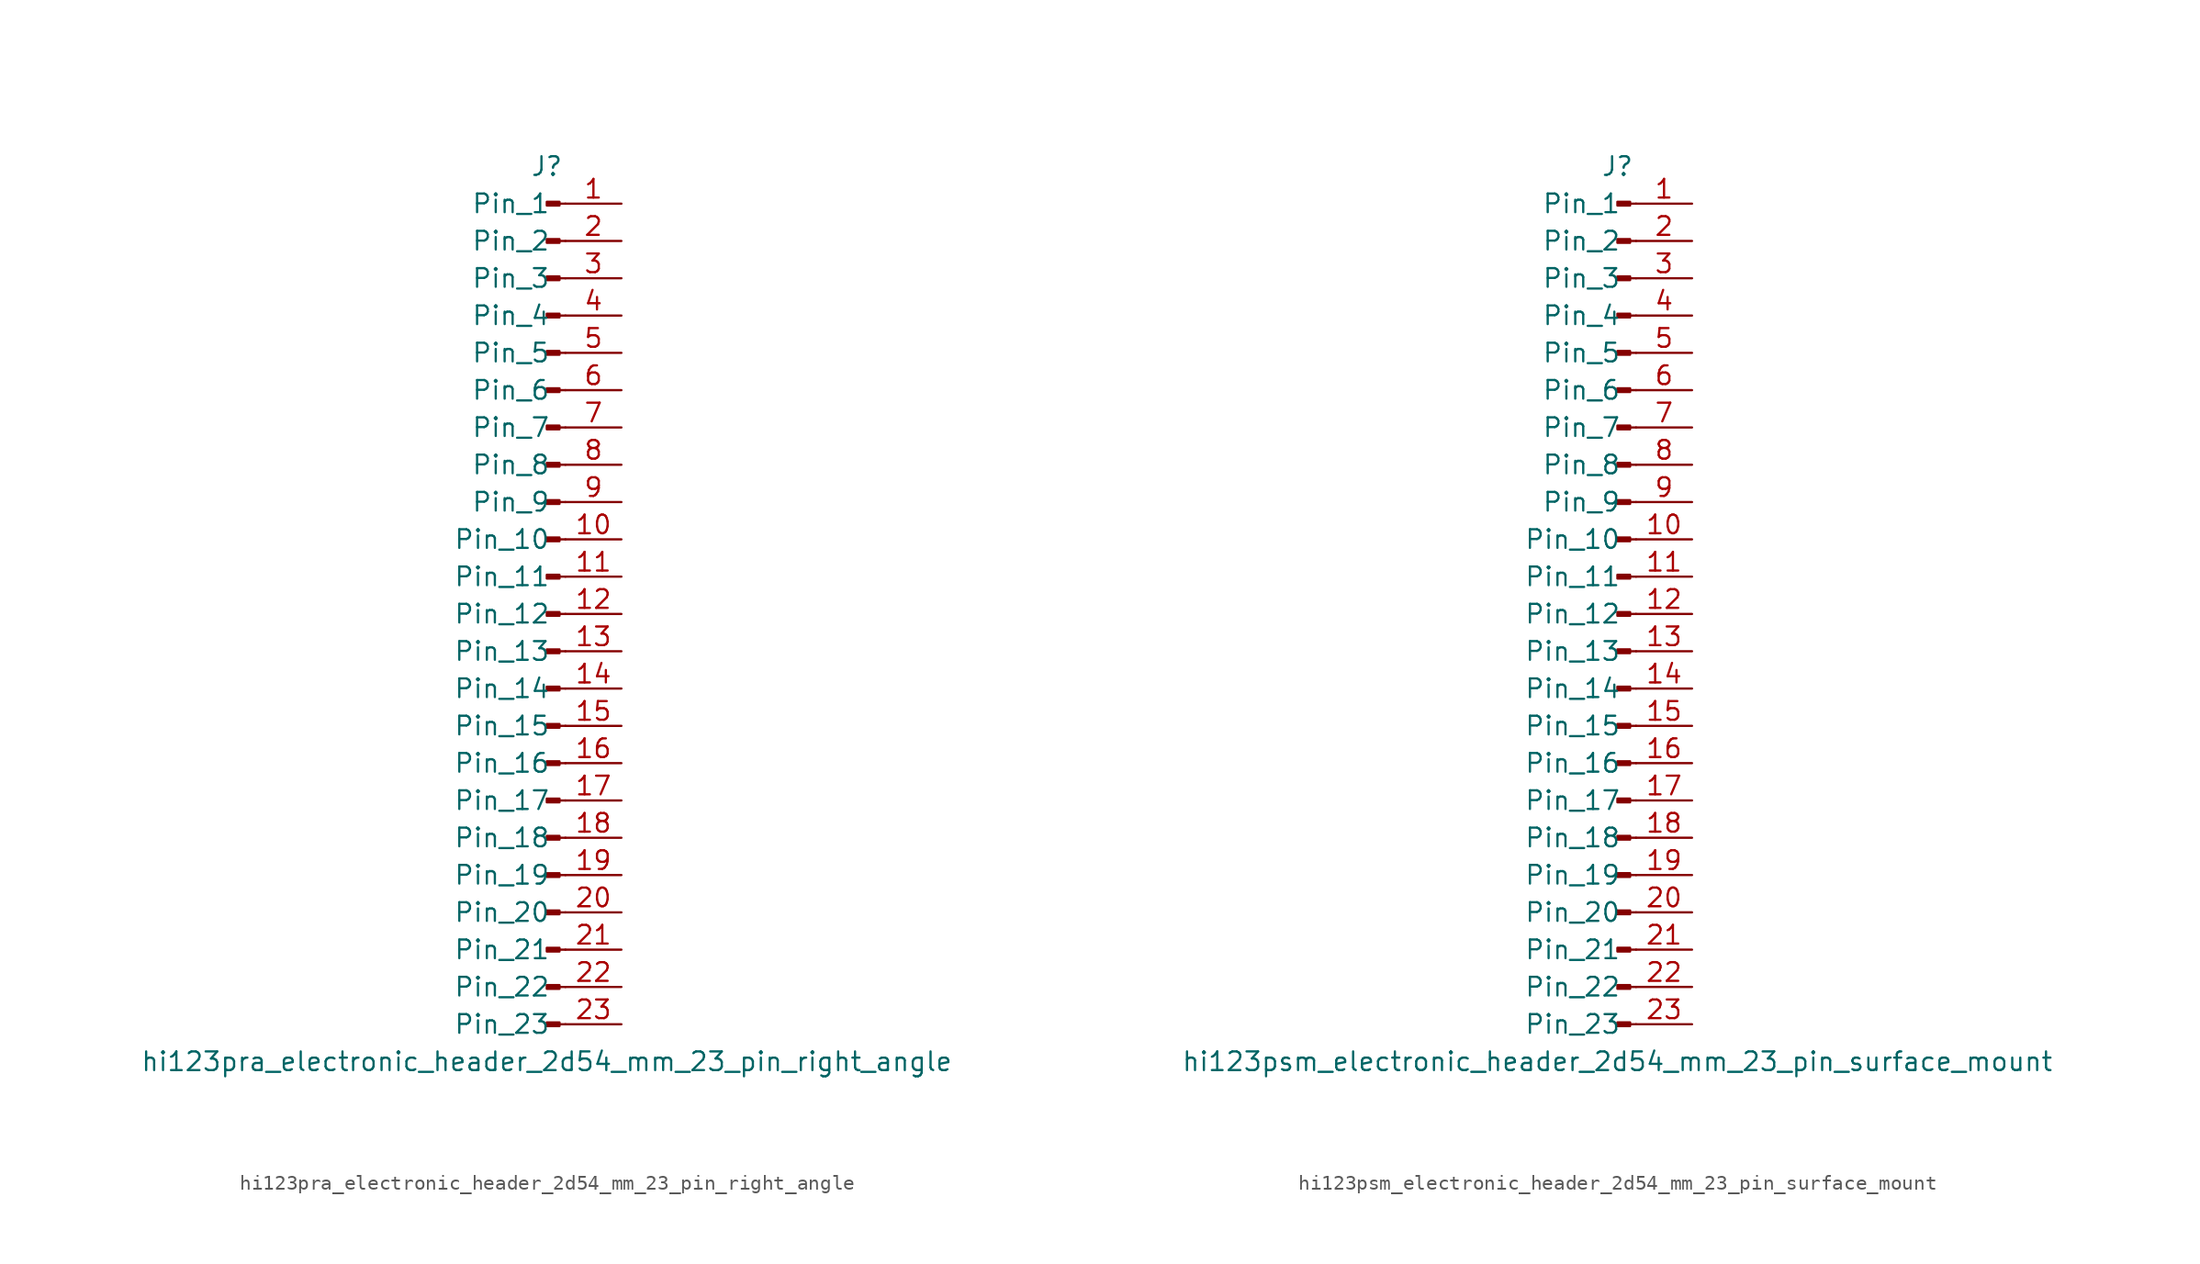
<source format=kicad_sym>
(kicad_symbol_lib
  (version 20220914)
  (generator kicad_symbol_editor)
  (symbol "hi123pra_electronic_header_2d54_mm_23_pin_right_angle"
    (pin_names
      (offset 1.016))
    (property "Reference" "J"
      (at 0 30.48 0)
      (effects (font (size 1.27 1.27))))
    (property "Value" "hi123pra_electronic_header_2d54_mm_23_pin_right_angle"
      (at 0 -30.48 0)
      (effects (font (size 1.27 1.27))))
    (property "ki_locked" ""
      (at 0 0 0)
      (effects (font (size 1.27 1.27))))
    (symbol "hi123pra_electronic_header_2d54_mm_23_pin_right_angle_1_1"
      (polyline (pts (xy 1.27 -27.94) (xy 0.864 -27.94)) (stroke (width 0.152) (type default)) (fill (type none)))
      (polyline (pts (xy 1.27 -25.4) (xy 0.864 -25.4)) (stroke (width 0.152) (type default)) (fill (type none)))
      (polyline (pts (xy 1.27 -22.86) (xy 0.864 -22.86)) (stroke (width 0.152) (type default)) (fill (type none)))
      (polyline (pts (xy 1.27 -20.32) (xy 0.864 -20.32)) (stroke (width 0.152) (type default)) (fill (type none)))
      (polyline (pts (xy 1.27 -17.78) (xy 0.864 -17.78)) (stroke (width 0.152) (type default)) (fill (type none)))
      (polyline (pts (xy 1.27 -15.24) (xy 0.864 -15.24)) (stroke (width 0.152) (type default)) (fill (type none)))
      (polyline (pts (xy 1.27 -12.7) (xy 0.864 -12.7)) (stroke (width 0.152) (type default)) (fill (type none)))
      (polyline (pts (xy 1.27 -10.16) (xy 0.864 -10.16)) (stroke (width 0.152) (type default)) (fill (type none)))
      (polyline (pts (xy 1.27 -7.62) (xy 0.864 -7.62)) (stroke (width 0.152) (type default)) (fill (type none)))
      (polyline (pts (xy 1.27 -5.08) (xy 0.864 -5.08)) (stroke (width 0.152) (type default)) (fill (type none)))
      (polyline (pts (xy 1.27 -2.54) (xy 0.864 -2.54)) (stroke (width 0.152) (type default)) (fill (type none)))
      (polyline (pts (xy 1.27 0) (xy 0.864 0)) (stroke (width 0.152) (type default)) (fill (type none)))
      (polyline (pts (xy 1.27 2.54) (xy 0.864 2.54)) (stroke (width 0.152) (type default)) (fill (type none)))
      (polyline (pts (xy 1.27 5.08) (xy 0.864 5.08)) (stroke (width 0.152) (type default)) (fill (type none)))
      (polyline (pts (xy 1.27 7.62) (xy 0.864 7.62)) (stroke (width 0.152) (type default)) (fill (type none)))
      (polyline (pts (xy 1.27 10.16) (xy 0.864 10.16)) (stroke (width 0.152) (type default)) (fill (type none)))
      (polyline (pts (xy 1.27 12.7) (xy 0.864 12.7)) (stroke (width 0.152) (type default)) (fill (type none)))
      (polyline (pts (xy 1.27 15.24) (xy 0.864 15.24)) (stroke (width 0.152) (type default)) (fill (type none)))
      (polyline (pts (xy 1.27 17.78) (xy 0.864 17.78)) (stroke (width 0.152) (type default)) (fill (type none)))
      (polyline (pts (xy 1.27 20.32) (xy 0.864 20.32)) (stroke (width 0.152) (type default)) (fill (type none)))
      (polyline (pts (xy 1.27 22.86) (xy 0.864 22.86)) (stroke (width 0.152) (type default)) (fill (type none)))
      (polyline (pts (xy 1.27 25.4) (xy 0.864 25.4)) (stroke (width 0.152) (type default)) (fill (type none)))
      (polyline (pts (xy 1.27 27.94) (xy 0.864 27.94)) (stroke (width 0.152) (type default)) (fill (type none)))
      (rectangle (start 0.864 -27.813) (end 0 -28.067) (stroke (width 0.152) (type default)) (fill (type outline)))
      (rectangle (start 0.864 -25.273) (end 0 -25.527) (stroke (width 0.152) (type default)) (fill (type outline)))
      (rectangle (start 0.864 -22.733) (end 0 -22.987) (stroke (width 0.152) (type default)) (fill (type outline)))
      (rectangle (start 0.864 -20.193) (end 0 -20.447) (stroke (width 0.152) (type default)) (fill (type outline)))
      (rectangle (start 0.864 -17.653) (end 0 -17.907) (stroke (width 0.152) (type default)) (fill (type outline)))
      (rectangle (start 0.864 -15.113) (end 0 -15.367) (stroke (width 0.152) (type default)) (fill (type outline)))
      (rectangle (start 0.864 -12.573) (end 0 -12.827) (stroke (width 0.152) (type default)) (fill (type outline)))
      (rectangle (start 0.864 -10.033) (end 0 -10.287) (stroke (width 0.152) (type default)) (fill (type outline)))
      (rectangle (start 0.864 -7.493) (end 0 -7.747) (stroke (width 0.152) (type default)) (fill (type outline)))
      (rectangle (start 0.864 -4.953) (end 0 -5.207) (stroke (width 0.152) (type default)) (fill (type outline)))
      (rectangle (start 0.864 -2.413) (end 0 -2.667) (stroke (width 0.152) (type default)) (fill (type outline)))
      (rectangle (start 0.864 0.127) (end 0 -0.127) (stroke (width 0.152) (type default)) (fill (type outline)))
      (rectangle (start 0.864 2.667) (end 0 2.413) (stroke (width 0.152) (type default)) (fill (type outline)))
      (rectangle (start 0.864 5.207) (end 0 4.953) (stroke (width 0.152) (type default)) (fill (type outline)))
      (rectangle (start 0.864 7.747) (end 0 7.493) (stroke (width 0.152) (type default)) (fill (type outline)))
      (rectangle (start 0.864 10.287) (end 0 10.033) (stroke (width 0.152) (type default)) (fill (type outline)))
      (rectangle (start 0.864 12.827) (end 0 12.573) (stroke (width 0.152) (type default)) (fill (type outline)))
      (rectangle (start 0.864 15.367) (end 0 15.113) (stroke (width 0.152) (type default)) (fill (type outline)))
      (rectangle (start 0.864 17.907) (end 0 17.653) (stroke (width 0.152) (type default)) (fill (type outline)))
      (rectangle (start 0.864 20.447) (end 0 20.193) (stroke (width 0.152) (type default)) (fill (type outline)))
      (rectangle (start 0.864 22.987) (end 0 22.733) (stroke (width 0.152) (type default)) (fill (type outline)))
      (rectangle (start 0.864 25.527) (end 0 25.273) (stroke (width 0.152) (type default)) (fill (type outline)))
      (rectangle (start 0.864 28.067) (end 0 27.813) (stroke (width 0.152) (type default)) (fill (type outline)))
      (pin passive line (at 5.08 27.94 180) (length 3.81) (name "Pin_1" (effects (font (size 1.27 1.27)))) (number "1" (effects (font (size 1.27 1.27)))))
      (pin passive line (at 5.08 5.08 180) (length 3.81) (name "Pin_10" (effects (font (size 1.27 1.27)))) (number "10" (effects (font (size 1.27 1.27)))))
      (pin passive line (at 5.08 2.54 180) (length 3.81) (name "Pin_11" (effects (font (size 1.27 1.27)))) (number "11" (effects (font (size 1.27 1.27)))))
      (pin passive line (at 5.08 0 180) (length 3.81) (name "Pin_12" (effects (font (size 1.27 1.27)))) (number "12" (effects (font (size 1.27 1.27)))))
      (pin passive line (at 5.08 -2.54 180) (length 3.81) (name "Pin_13" (effects (font (size 1.27 1.27)))) (number "13" (effects (font (size 1.27 1.27)))))
      (pin passive line (at 5.08 -5.08 180) (length 3.81) (name "Pin_14" (effects (font (size 1.27 1.27)))) (number "14" (effects (font (size 1.27 1.27)))))
      (pin passive line (at 5.08 -7.62 180) (length 3.81) (name "Pin_15" (effects (font (size 1.27 1.27)))) (number "15" (effects (font (size 1.27 1.27)))))
      (pin passive line (at 5.08 -10.16 180) (length 3.81) (name "Pin_16" (effects (font (size 1.27 1.27)))) (number "16" (effects (font (size 1.27 1.27)))))
      (pin passive line (at 5.08 -12.7 180) (length 3.81) (name "Pin_17" (effects (font (size 1.27 1.27)))) (number "17" (effects (font (size 1.27 1.27)))))
      (pin passive line (at 5.08 -15.24 180) (length 3.81) (name "Pin_18" (effects (font (size 1.27 1.27)))) (number "18" (effects (font (size 1.27 1.27)))))
      (pin passive line (at 5.08 -17.78 180) (length 3.81) (name "Pin_19" (effects (font (size 1.27 1.27)))) (number "19" (effects (font (size 1.27 1.27)))))
      (pin passive line (at 5.08 25.4 180) (length 3.81) (name "Pin_2" (effects (font (size 1.27 1.27)))) (number "2" (effects (font (size 1.27 1.27)))))
      (pin passive line (at 5.08 -20.32 180) (length 3.81) (name "Pin_20" (effects (font (size 1.27 1.27)))) (number "20" (effects (font (size 1.27 1.27)))))
      (pin passive line (at 5.08 -22.86 180) (length 3.81) (name "Pin_21" (effects (font (size 1.27 1.27)))) (number "21" (effects (font (size 1.27 1.27)))))
      (pin passive line (at 5.08 -25.4 180) (length 3.81) (name "Pin_22" (effects (font (size 1.27 1.27)))) (number "22" (effects (font (size 1.27 1.27)))))
      (pin passive line (at 5.08 -27.94 180) (length 3.81) (name "Pin_23" (effects (font (size 1.27 1.27)))) (number "23" (effects (font (size 1.27 1.27)))))
      (pin passive line (at 5.08 22.86 180) (length 3.81) (name "Pin_3" (effects (font (size 1.27 1.27)))) (number "3" (effects (font (size 1.27 1.27)))))
      (pin passive line (at 5.08 20.32 180) (length 3.81) (name "Pin_4" (effects (font (size 1.27 1.27)))) (number "4" (effects (font (size 1.27 1.27)))))
      (pin passive line (at 5.08 17.78 180) (length 3.81) (name "Pin_5" (effects (font (size 1.27 1.27)))) (number "5" (effects (font (size 1.27 1.27)))))
      (pin passive line (at 5.08 15.24 180) (length 3.81) (name "Pin_6" (effects (font (size 1.27 1.27)))) (number "6" (effects (font (size 1.27 1.27)))))
      (pin passive line (at 5.08 12.7 180) (length 3.81) (name "Pin_7" (effects (font (size 1.27 1.27)))) (number "7" (effects (font (size 1.27 1.27)))))
      (pin passive line (at 5.08 10.16 180) (length 3.81) (name "Pin_8" (effects (font (size 1.27 1.27)))) (number "8" (effects (font (size 1.27 1.27)))))
      (pin passive line (at 5.08 7.62 180) (length 3.81) (name "Pin_9" (effects (font (size 1.27 1.27)))) (number "9" (effects (font (size 1.27 1.27)))))))
  (symbol "hi123psm_electronic_header_2d54_mm_23_pin_surface_mount"
    (pin_names
      (offset 1.016))
    (property "Reference" "J"
      (at 0 30.48 0)
      (effects (font (size 1.27 1.27))))
    (property "Value" "hi123psm_electronic_header_2d54_mm_23_pin_surface_mount"
      (at 0 -30.48 0)
      (effects (font (size 1.27 1.27))))
    (property "ki_locked" ""
      (at 0 0 0)
      (effects (font (size 1.27 1.27))))
    (symbol "hi123psm_electronic_header_2d54_mm_23_pin_surface_mount_1_1"
      (polyline (pts (xy 1.27 -27.94) (xy 0.864 -27.94)) (stroke (width 0.152) (type default)) (fill (type none)))
      (polyline (pts (xy 1.27 -25.4) (xy 0.864 -25.4)) (stroke (width 0.152) (type default)) (fill (type none)))
      (polyline (pts (xy 1.27 -22.86) (xy 0.864 -22.86)) (stroke (width 0.152) (type default)) (fill (type none)))
      (polyline (pts (xy 1.27 -20.32) (xy 0.864 -20.32)) (stroke (width 0.152) (type default)) (fill (type none)))
      (polyline (pts (xy 1.27 -17.78) (xy 0.864 -17.78)) (stroke (width 0.152) (type default)) (fill (type none)))
      (polyline (pts (xy 1.27 -15.24) (xy 0.864 -15.24)) (stroke (width 0.152) (type default)) (fill (type none)))
      (polyline (pts (xy 1.27 -12.7) (xy 0.864 -12.7)) (stroke (width 0.152) (type default)) (fill (type none)))
      (polyline (pts (xy 1.27 -10.16) (xy 0.864 -10.16)) (stroke (width 0.152) (type default)) (fill (type none)))
      (polyline (pts (xy 1.27 -7.62) (xy 0.864 -7.62)) (stroke (width 0.152) (type default)) (fill (type none)))
      (polyline (pts (xy 1.27 -5.08) (xy 0.864 -5.08)) (stroke (width 0.152) (type default)) (fill (type none)))
      (polyline (pts (xy 1.27 -2.54) (xy 0.864 -2.54)) (stroke (width 0.152) (type default)) (fill (type none)))
      (polyline (pts (xy 1.27 0) (xy 0.864 0)) (stroke (width 0.152) (type default)) (fill (type none)))
      (polyline (pts (xy 1.27 2.54) (xy 0.864 2.54)) (stroke (width 0.152) (type default)) (fill (type none)))
      (polyline (pts (xy 1.27 5.08) (xy 0.864 5.08)) (stroke (width 0.152) (type default)) (fill (type none)))
      (polyline (pts (xy 1.27 7.62) (xy 0.864 7.62)) (stroke (width 0.152) (type default)) (fill (type none)))
      (polyline (pts (xy 1.27 10.16) (xy 0.864 10.16)) (stroke (width 0.152) (type default)) (fill (type none)))
      (polyline (pts (xy 1.27 12.7) (xy 0.864 12.7)) (stroke (width 0.152) (type default)) (fill (type none)))
      (polyline (pts (xy 1.27 15.24) (xy 0.864 15.24)) (stroke (width 0.152) (type default)) (fill (type none)))
      (polyline (pts (xy 1.27 17.78) (xy 0.864 17.78)) (stroke (width 0.152) (type default)) (fill (type none)))
      (polyline (pts (xy 1.27 20.32) (xy 0.864 20.32)) (stroke (width 0.152) (type default)) (fill (type none)))
      (polyline (pts (xy 1.27 22.86) (xy 0.864 22.86)) (stroke (width 0.152) (type default)) (fill (type none)))
      (polyline (pts (xy 1.27 25.4) (xy 0.864 25.4)) (stroke (width 0.152) (type default)) (fill (type none)))
      (polyline (pts (xy 1.27 27.94) (xy 0.864 27.94)) (stroke (width 0.152) (type default)) (fill (type none)))
      (rectangle (start 0.864 -27.813) (end 0 -28.067) (stroke (width 0.152) (type default)) (fill (type outline)))
      (rectangle (start 0.864 -25.273) (end 0 -25.527) (stroke (width 0.152) (type default)) (fill (type outline)))
      (rectangle (start 0.864 -22.733) (end 0 -22.987) (stroke (width 0.152) (type default)) (fill (type outline)))
      (rectangle (start 0.864 -20.193) (end 0 -20.447) (stroke (width 0.152) (type default)) (fill (type outline)))
      (rectangle (start 0.864 -17.653) (end 0 -17.907) (stroke (width 0.152) (type default)) (fill (type outline)))
      (rectangle (start 0.864 -15.113) (end 0 -15.367) (stroke (width 0.152) (type default)) (fill (type outline)))
      (rectangle (start 0.864 -12.573) (end 0 -12.827) (stroke (width 0.152) (type default)) (fill (type outline)))
      (rectangle (start 0.864 -10.033) (end 0 -10.287) (stroke (width 0.152) (type default)) (fill (type outline)))
      (rectangle (start 0.864 -7.493) (end 0 -7.747) (stroke (width 0.152) (type default)) (fill (type outline)))
      (rectangle (start 0.864 -4.953) (end 0 -5.207) (stroke (width 0.152) (type default)) (fill (type outline)))
      (rectangle (start 0.864 -2.413) (end 0 -2.667) (stroke (width 0.152) (type default)) (fill (type outline)))
      (rectangle (start 0.864 0.127) (end 0 -0.127) (stroke (width 0.152) (type default)) (fill (type outline)))
      (rectangle (start 0.864 2.667) (end 0 2.413) (stroke (width 0.152) (type default)) (fill (type outline)))
      (rectangle (start 0.864 5.207) (end 0 4.953) (stroke (width 0.152) (type default)) (fill (type outline)))
      (rectangle (start 0.864 7.747) (end 0 7.493) (stroke (width 0.152) (type default)) (fill (type outline)))
      (rectangle (start 0.864 10.287) (end 0 10.033) (stroke (width 0.152) (type default)) (fill (type outline)))
      (rectangle (start 0.864 12.827) (end 0 12.573) (stroke (width 0.152) (type default)) (fill (type outline)))
      (rectangle (start 0.864 15.367) (end 0 15.113) (stroke (width 0.152) (type default)) (fill (type outline)))
      (rectangle (start 0.864 17.907) (end 0 17.653) (stroke (width 0.152) (type default)) (fill (type outline)))
      (rectangle (start 0.864 20.447) (end 0 20.193) (stroke (width 0.152) (type default)) (fill (type outline)))
      (rectangle (start 0.864 22.987) (end 0 22.733) (stroke (width 0.152) (type default)) (fill (type outline)))
      (rectangle (start 0.864 25.527) (end 0 25.273) (stroke (width 0.152) (type default)) (fill (type outline)))
      (rectangle (start 0.864 28.067) (end 0 27.813) (stroke (width 0.152) (type default)) (fill (type outline)))
      (pin passive line (at 5.08 27.94 180) (length 3.81) (name "Pin_1" (effects (font (size 1.27 1.27)))) (number "1" (effects (font (size 1.27 1.27)))))
      (pin passive line (at 5.08 5.08 180) (length 3.81) (name "Pin_10" (effects (font (size 1.27 1.27)))) (number "10" (effects (font (size 1.27 1.27)))))
      (pin passive line (at 5.08 2.54 180) (length 3.81) (name "Pin_11" (effects (font (size 1.27 1.27)))) (number "11" (effects (font (size 1.27 1.27)))))
      (pin passive line (at 5.08 0 180) (length 3.81) (name "Pin_12" (effects (font (size 1.27 1.27)))) (number "12" (effects (font (size 1.27 1.27)))))
      (pin passive line (at 5.08 -2.54 180) (length 3.81) (name "Pin_13" (effects (font (size 1.27 1.27)))) (number "13" (effects (font (size 1.27 1.27)))))
      (pin passive line (at 5.08 -5.08 180) (length 3.81) (name "Pin_14" (effects (font (size 1.27 1.27)))) (number "14" (effects (font (size 1.27 1.27)))))
      (pin passive line (at 5.08 -7.62 180) (length 3.81) (name "Pin_15" (effects (font (size 1.27 1.27)))) (number "15" (effects (font (size 1.27 1.27)))))
      (pin passive line (at 5.08 -10.16 180) (length 3.81) (name "Pin_16" (effects (font (size 1.27 1.27)))) (number "16" (effects (font (size 1.27 1.27)))))
      (pin passive line (at 5.08 -12.7 180) (length 3.81) (name "Pin_17" (effects (font (size 1.27 1.27)))) (number "17" (effects (font (size 1.27 1.27)))))
      (pin passive line (at 5.08 -15.24 180) (length 3.81) (name "Pin_18" (effects (font (size 1.27 1.27)))) (number "18" (effects (font (size 1.27 1.27)))))
      (pin passive line (at 5.08 -17.78 180) (length 3.81) (name "Pin_19" (effects (font (size 1.27 1.27)))) (number "19" (effects (font (size 1.27 1.27)))))
      (pin passive line (at 5.08 25.4 180) (length 3.81) (name "Pin_2" (effects (font (size 1.27 1.27)))) (number "2" (effects (font (size 1.27 1.27)))))
      (pin passive line (at 5.08 -20.32 180) (length 3.81) (name "Pin_20" (effects (font (size 1.27 1.27)))) (number "20" (effects (font (size 1.27 1.27)))))
      (pin passive line (at 5.08 -22.86 180) (length 3.81) (name "Pin_21" (effects (font (size 1.27 1.27)))) (number "21" (effects (font (size 1.27 1.27)))))
      (pin passive line (at 5.08 -25.4 180) (length 3.81) (name "Pin_22" (effects (font (size 1.27 1.27)))) (number "22" (effects (font (size 1.27 1.27)))))
      (pin passive line (at 5.08 -27.94 180) (length 3.81) (name "Pin_23" (effects (font (size 1.27 1.27)))) (number "23" (effects (font (size 1.27 1.27)))))
      (pin passive line (at 5.08 22.86 180) (length 3.81) (name "Pin_3" (effects (font (size 1.27 1.27)))) (number "3" (effects (font (size 1.27 1.27)))))
      (pin passive line (at 5.08 20.32 180) (length 3.81) (name "Pin_4" (effects (font (size 1.27 1.27)))) (number "4" (effects (font (size 1.27 1.27)))))
      (pin passive line (at 5.08 17.78 180) (length 3.81) (name "Pin_5" (effects (font (size 1.27 1.27)))) (number "5" (effects (font (size 1.27 1.27)))))
      (pin passive line (at 5.08 15.24 180) (length 3.81) (name "Pin_6" (effects (font (size 1.27 1.27)))) (number "6" (effects (font (size 1.27 1.27)))))
      (pin passive line (at 5.08 12.7 180) (length 3.81) (name "Pin_7" (effects (font (size 1.27 1.27)))) (number "7" (effects (font (size 1.27 1.27)))))
      (pin passive line (at 5.08 10.16 180) (length 3.81) (name "Pin_8" (effects (font (size 1.27 1.27)))) (number "8" (effects (font (size 1.27 1.27)))))
      (pin passive line (at 5.08 7.62 180) (length 3.81) (name "Pin_9" (effects (font (size 1.27 1.27)))) (number "9" (effects (font (size 1.27 1.27))))))))
</source>
